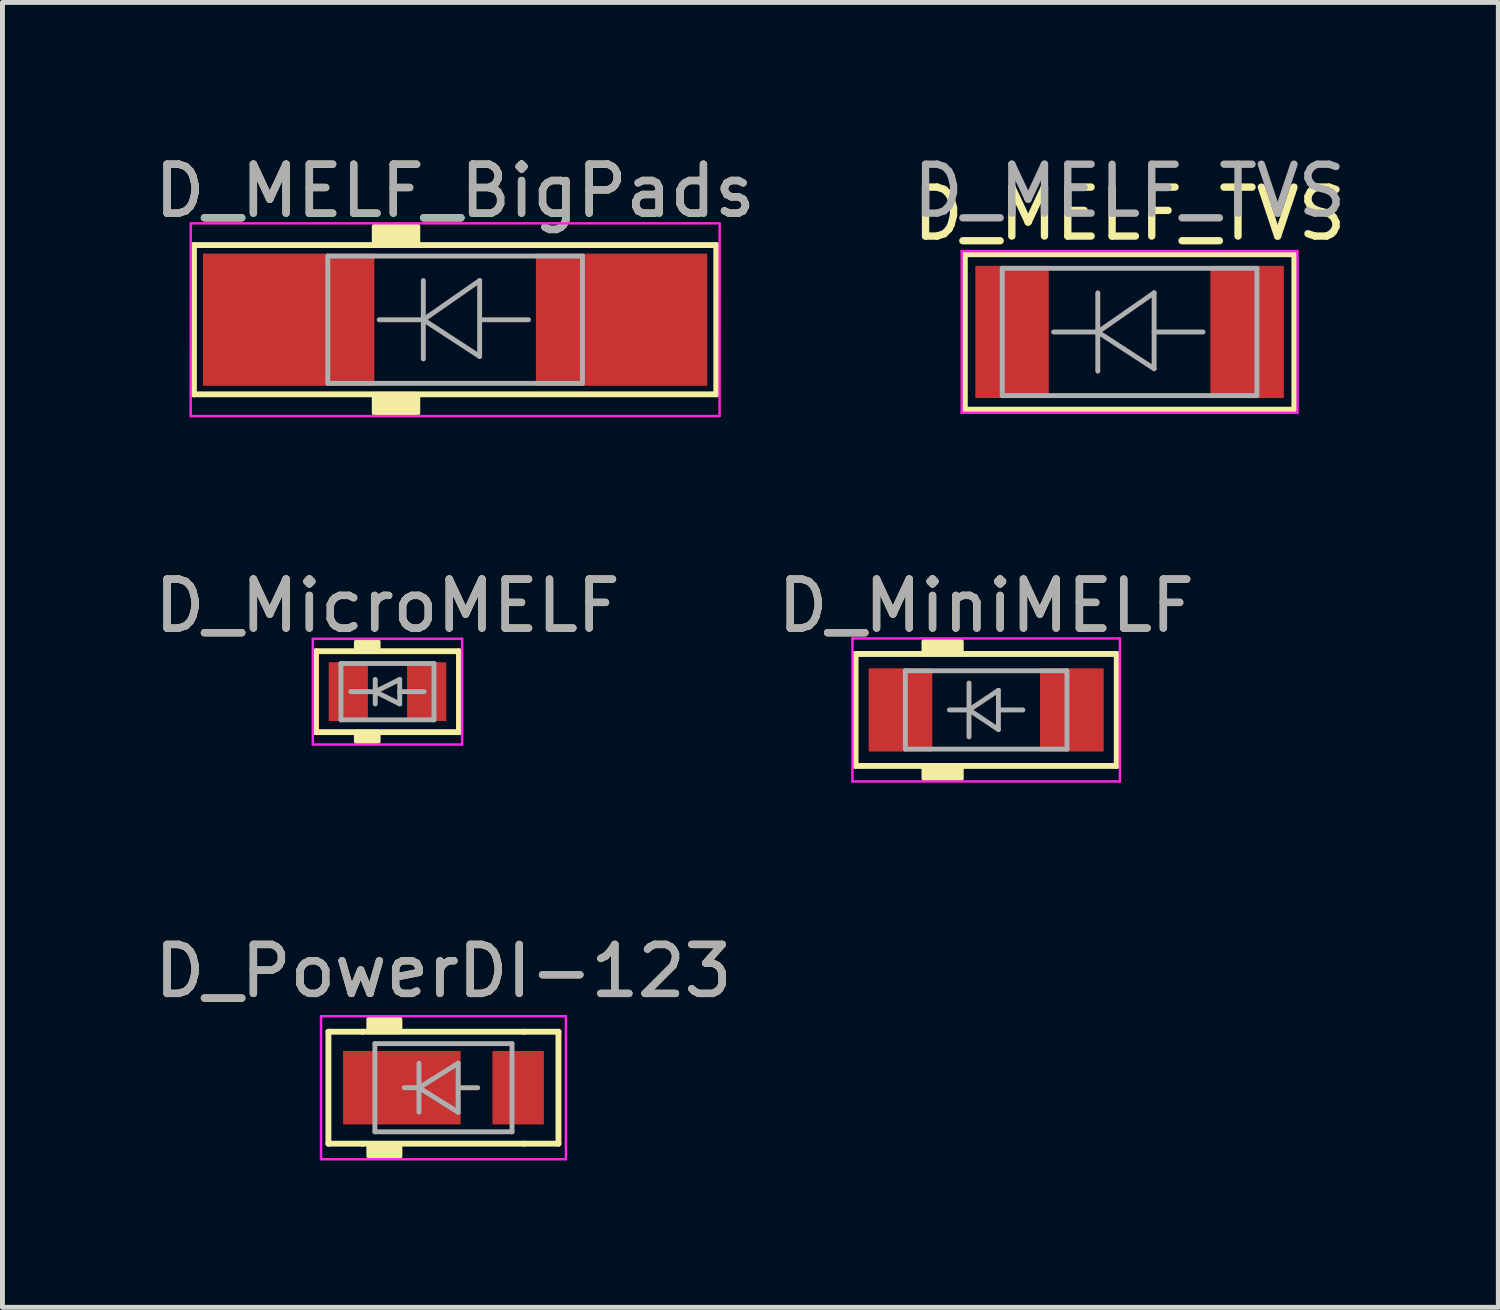
<source format=kicad_pcb>
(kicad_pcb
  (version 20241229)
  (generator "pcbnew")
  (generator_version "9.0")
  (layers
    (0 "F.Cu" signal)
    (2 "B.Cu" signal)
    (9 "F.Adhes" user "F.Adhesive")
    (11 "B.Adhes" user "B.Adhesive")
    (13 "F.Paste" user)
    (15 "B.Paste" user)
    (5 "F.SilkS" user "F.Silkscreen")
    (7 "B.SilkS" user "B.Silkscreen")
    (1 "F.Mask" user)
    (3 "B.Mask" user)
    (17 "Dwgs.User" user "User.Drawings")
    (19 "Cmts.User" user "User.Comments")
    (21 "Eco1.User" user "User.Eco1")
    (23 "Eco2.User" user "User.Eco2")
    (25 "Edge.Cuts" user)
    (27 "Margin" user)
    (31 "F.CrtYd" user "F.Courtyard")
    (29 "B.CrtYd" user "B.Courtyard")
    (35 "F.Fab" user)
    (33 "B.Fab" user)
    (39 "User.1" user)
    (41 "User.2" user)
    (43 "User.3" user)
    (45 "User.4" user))
  (footprint "D_PowerDI-123"
    (layer "F.Cu")
    (at 6.006 19.163)
    (property "Reference" "D_PowerDI-123" (at 0 -2.381 0) (layer "F.SilkS") (effects (font (size 1 1) (thickness 0.15))))
    (attr smd)
    (fp_line (start -2.349 -1.143) (end -2.349 1.143) (stroke (width 0.12) (type solid)) (layer "F.SilkS"))
    (fp_line (start -2.349 1.143) (end -1.651 1.143) (stroke (width 0.12) (type solid)) (layer "F.SilkS"))
    (fp_line (start -1.651 -1.143) (end -2.349 -1.143) (stroke (width 0.12) (type solid)) (layer "F.SilkS"))
    (fp_line (start -1.651 -1.143) (end 1.651 -1.143) (stroke (width 0.12) (type solid)) (layer "F.SilkS"))
    (fp_line (start -1.651 1.143) (end 1.651 1.143) (stroke (width 0.12) (type solid)) (layer "F.SilkS"))
    (fp_line (start 1.651 1.143) (end 2.349 1.143) (stroke (width 0.12) (type solid)) (layer "F.SilkS"))
    (fp_line (start 2.349 -1.143) (end 1.651 -1.143) (stroke (width 0.12) (type solid)) (layer "F.SilkS"))
    (fp_line (start 2.349 1.143) (end 2.349 -1.143) (stroke (width 0.12) (type solid)) (layer "F.SilkS"))
    (fp_poly (pts (xy -0.889 -1.143) (xy -1.524 -1.143) (xy -1.524 -1.397) (xy -0.889 -1.397)) (stroke (width 0.1) (type solid)) (fill yes) (layer "F.SilkS"))
    (fp_poly (pts (xy -0.889 1.397) (xy -1.524 1.397) (xy -1.524 1.143) (xy -0.889 1.143)) (stroke (width 0.1) (type solid)) (fill yes) (layer "F.SilkS"))
    (fp_line (start -2.5 -1.46) (end 2.5 -1.46) (stroke (width 0.05) (type solid)) (layer "F.CrtYd"))
    (fp_line (start -2.5 1.46) (end -2.5 -1.46) (stroke (width 0.05) (type solid)) (layer "F.CrtYd"))
    (fp_line (start 2.5 -1.46) (end 2.5 1.46) (stroke (width 0.05) (type solid)) (layer "F.CrtYd"))
    (fp_line (start 2.5 1.46) (end -2.5 1.46) (stroke (width 0.05) (type solid)) (layer "F.CrtYd"))
    (fp_line (start -1.4 -0.9) (end 1.4 -0.9) (stroke (width 0.1) (type solid)) (layer "F.Fab"))
    (fp_line (start -1.4 0.9) (end -1.4 -0.9) (stroke (width 0.1) (type solid)) (layer "F.Fab"))
    (fp_line (start -0.8 0) (end -0.5 0) (stroke (width 0.1) (type solid)) (layer "F.Fab"))
    (fp_line (start -0.5 0) (end -0.5 -0.5) (stroke (width 0.1) (type solid)) (layer "F.Fab"))
    (fp_line (start -0.5 0) (end -0.5 0.5) (stroke (width 0.1) (type solid)) (layer "F.Fab"))
    (fp_line (start -0.5 0) (end 0.3 0.5) (stroke (width 0.1) (type solid)) (layer "F.Fab"))
    (fp_line (start 0.3 -0.5) (end -0.5 0) (stroke (width 0.1) (type solid)) (layer "F.Fab"))
    (fp_line (start 0.3 0) (end 0.7 0) (stroke (width 0.1) (type solid)) (layer "F.Fab"))
    (fp_line (start 0.3 0.5) (end 0.3 -0.5) (stroke (width 0.1) (type solid)) (layer "F.Fab"))
    (fp_line (start 1.4 -0.9) (end 1.4 0.9) (stroke (width 0.1) (type solid)) (layer "F.Fab"))
    (fp_line (start 1.4 0.9) (end -1.4 0.9) (stroke (width 0.1) (type solid)) (layer "F.Fab"))
    (fp_text user "${REFERENCE}" (at 0 -2.381 0) (layer "F.Fab") (effects (font (size 1 1) (thickness 0.15))))
    (pad "1" smd rect (at -0.85 0 180) (size 2.4 1.5) (layers "F.Cu" "F.Mask" "F.Paste"))
    (pad "2" smd rect (at 1.525 0 180) (size 1.05 1.5) (layers "F.Cu" "F.Mask" "F.Paste")))
  (footprint "D_MELF_TVS"
    (layer "F.Cu")
    (at 20.018 3.729)
    (property "Reference" "D_MELF_TVS" (at 0 -2.413 0) (layer "F.SilkS") (effects (font (size 1 1) (thickness 0.15))))
    (attr smd)
    (fp_line (start -3.365 -1.587) (end 3.365 -1.587) (stroke (width 0.12) (type solid)) (layer "F.SilkS"))
    (fp_line (start -3.365 1.587) (end -3.365 -1.587) (stroke (width 0.12) (type solid)) (layer "F.SilkS"))
    (fp_line (start 3.365 -1.587) (end 3.365 1.587) (stroke (width 0.12) (type solid)) (layer "F.SilkS"))
    (fp_line (start 3.365 1.587) (end -3.365 1.587) (stroke (width 0.12) (type solid)) (layer "F.SilkS"))
    (fp_line (start -3.429 -1.651) (end 3.429 -1.651) (stroke (width 0.05) (type solid)) (layer "F.CrtYd"))
    (fp_line (start -3.429 1.651) (end -3.429 -1.651) (stroke (width 0.05) (type solid)) (layer "F.CrtYd"))
    (fp_line (start 3.429 -1.651) (end 3.429 1.651) (stroke (width 0.05) (type solid)) (layer "F.CrtYd"))
    (fp_line (start 3.429 1.651) (end -3.429 1.651) (stroke (width 0.05) (type solid)) (layer "F.CrtYd"))
    (fp_line (start -2.6 -1.3) (end -2.6 1.3) (stroke (width 0.1) (type solid)) (layer "F.Fab"))
    (fp_line (start -2.6 1.3) (end 2.6 1.3) (stroke (width 0.1) (type solid)) (layer "F.Fab"))
    (fp_line (start -0.649 -0.799) (end -0.649 0.801) (stroke (width 0.1) (type solid)) (layer "F.Fab"))
    (fp_line (start -0.649 0.001) (end -1.551 0.001) (stroke (width 0.1) (type solid)) (layer "F.Fab"))
    (fp_line (start -0.649 0.001) (end 0.501 -0.799) (stroke (width 0.1) (type solid)) (layer "F.Fab"))
    (fp_line (start -0.649 0.001) (end 0.501 0.75) (stroke (width 0.1) (type solid)) (layer "F.Fab"))
    (fp_line (start 0.501 0.001) (end 1.499 0.001) (stroke (width 0.1) (type solid)) (layer "F.Fab"))
    (fp_line (start 0.501 0.75) (end 0.501 -0.799) (stroke (width 0.1) (type solid)) (layer "F.Fab"))
    (fp_line (start 2.6 -1.3) (end -2.6 -1.3) (stroke (width 0.1) (type solid)) (layer "F.Fab"))
    (fp_line (start 2.6 1.3) (end 2.6 -1.3) (stroke (width 0.1) (type solid)) (layer "F.Fab"))
    (fp_text user "${REFERENCE}" (at 0 -2.881 0) (layer "F.Fab") (effects (font (size 1 1) (thickness 0.15))))
    (pad "1" smd rect (at -2.4 0) (size 1.5 2.7) (layers "F.Cu" "F.Mask" "F.Paste"))
    (pad "2" smd rect (at 2.4 0) (size 1.5 2.7) (layers "F.Cu" "F.Mask" "F.Paste")))
  (footprint "D_MELF_BigPads"
    (layer "F.Cu")
    (at 6.244 3.479)
    (property "Reference" "D_MELF_BigPads" (at 0 -2.631 0) (layer "F.SilkS") (effects (font (size 1 1) (thickness 0.15))))
    (attr smd)
    (fp_line (start -5.334 -1.524) (end -5.334 1.524) (stroke (width 0.12) (type solid)) (layer "F.SilkS"))
    (fp_line (start -5.334 1.524) (end 5.334 1.524) (stroke (width 0.12) (type solid)) (layer "F.SilkS"))
    (fp_line (start 5.334 -1.524) (end -5.334 -1.524) (stroke (width 0.12) (type solid)) (layer "F.SilkS"))
    (fp_line (start 5.334 1.524) (end 5.334 -1.524) (stroke (width 0.12) (type solid)) (layer "F.SilkS"))
    (fp_poly (pts (xy -0.762 -1.524) (xy -1.651 -1.524) (xy -1.651 -1.905) (xy -0.762 -1.905)) (stroke (width 0.1) (type solid)) (fill yes) (layer "F.SilkS"))
    (fp_poly (pts (xy -0.762 1.905) (xy -1.651 1.905) (xy -1.651 1.524) (xy -0.762 1.524)) (stroke (width 0.1) (type solid)) (fill yes) (layer "F.SilkS"))
    (fp_line (start -5.4 1.968) (end -5.397 -1.968) (stroke (width 0.05) (type solid)) (layer "F.CrtYd"))
    (fp_line (start -5.397 -1.968) (end 5.402 -1.968) (stroke (width 0.05) (type solid)) (layer "F.CrtYd"))
    (fp_line (start 5.4 1.968) (end -5.4 1.968) (stroke (width 0.05) (type solid)) (layer "F.CrtYd"))
    (fp_line (start 5.402 -1.968) (end 5.4 1.968) (stroke (width 0.05) (type solid)) (layer "F.CrtYd"))
    (fp_line (start -2.6 -1.3) (end -2.6 1.3) (stroke (width 0.1) (type solid)) (layer "F.Fab"))
    (fp_line (start -2.6 1.3) (end 2.6 1.3) (stroke (width 0.1) (type solid)) (layer "F.Fab"))
    (fp_line (start -0.649 -0.799) (end -0.649 0.801) (stroke (width 0.1) (type solid)) (layer "F.Fab"))
    (fp_line (start -0.649 0.001) (end -1.551 0.001) (stroke (width 0.1) (type solid)) (layer "F.Fab"))
    (fp_line (start -0.649 0.001) (end 0.501 -0.799) (stroke (width 0.1) (type solid)) (layer "F.Fab"))
    (fp_line (start -0.649 0.001) (end 0.501 0.75) (stroke (width 0.1) (type solid)) (layer "F.Fab"))
    (fp_line (start 0.501 0.001) (end 1.499 0.001) (stroke (width 0.1) (type solid)) (layer "F.Fab"))
    (fp_line (start 0.501 0.75) (end 0.501 -0.799) (stroke (width 0.1) (type solid)) (layer "F.Fab"))
    (fp_line (start 2.6 -1.3) (end -2.6 -1.3) (stroke (width 0.1) (type solid)) (layer "F.Fab"))
    (fp_line (start 2.6 1.3) (end 2.6 -1.3) (stroke (width 0.1) (type solid)) (layer "F.Fab"))
    (fp_text user "${REFERENCE}" (at 0 -2.631 0) (layer "F.Fab") (effects (font (size 1 1) (thickness 0.15))))
    (pad "1" smd rect (at -3.4 0) (size 3.5 2.7) (layers "F.Cu" "F.Mask" "F.Paste"))
    (pad "2" smd rect (at 3.4 0) (size 3.5 2.7) (layers "F.Cu" "F.Mask" "F.Paste")))
  (footprint "D_MiniMELF"
    (layer "F.Cu")
    (at 17.089 11.448)
    (property "Reference" "D_MiniMELF" (at 0 -2.127 0) (layer "F.SilkS") (effects (font (size 1 1) (thickness 0.15))))
    (attr smd)
    (fp_line (start -2.667 -1.143) (end -2.667 1.143) (stroke (width 0.12) (type solid)) (layer "F.SilkS"))
    (fp_line (start -2.667 1.143) (end 2.667 1.143) (stroke (width 0.12) (type solid)) (layer "F.SilkS"))
    (fp_line (start 2.667 -1.143) (end -2.667 -1.143) (stroke (width 0.12) (type solid)) (layer "F.SilkS"))
    (fp_line (start 2.667 1.143) (end 2.667 -1.143) (stroke (width 0.12) (type solid)) (layer "F.SilkS"))
    (fp_poly (pts (xy -0.508 -1.143) (xy -1.27 -1.143) (xy -1.27 -1.397) (xy -0.508 -1.397)) (stroke (width 0.1) (type solid)) (fill yes) (layer "F.SilkS"))
    (fp_poly (pts (xy -0.508 1.397) (xy -1.27 1.397) (xy -1.27 1.143) (xy -0.508 1.143)) (stroke (width 0.1) (type solid)) (fill yes) (layer "F.SilkS"))
    (fp_line (start -2.731 -1.46) (end 2.731 -1.46) (stroke (width 0.05) (type solid)) (layer "F.CrtYd"))
    (fp_line (start -2.731 1.46) (end -2.731 -1.46) (stroke (width 0.05) (type solid)) (layer "F.CrtYd"))
    (fp_line (start 2.731 -1.46) (end 2.731 1.46) (stroke (width 0.05) (type solid)) (layer "F.CrtYd"))
    (fp_line (start 2.731 1.46) (end -2.731 1.46) (stroke (width 0.05) (type solid)) (layer "F.CrtYd"))
    (fp_line (start -1.65 -0.8) (end 1.65 -0.8) (stroke (width 0.1) (type solid)) (layer "F.Fab"))
    (fp_line (start -1.65 0.8) (end -1.65 -0.8) (stroke (width 0.1) (type solid)) (layer "F.Fab"))
    (fp_line (start -0.75 0) (end -0.35 0) (stroke (width 0.1) (type solid)) (layer "F.Fab"))
    (fp_line (start -0.35 0) (end -0.35 -0.55) (stroke (width 0.1) (type solid)) (layer "F.Fab"))
    (fp_line (start -0.35 0) (end -0.35 0.55) (stroke (width 0.1) (type solid)) (layer "F.Fab"))
    (fp_line (start -0.35 0) (end 0.25 -0.4) (stroke (width 0.1) (type solid)) (layer "F.Fab"))
    (fp_line (start 0.25 -0.4) (end 0.25 0.4) (stroke (width 0.1) (type solid)) (layer "F.Fab"))
    (fp_line (start 0.25 0) (end 0.75 0) (stroke (width 0.1) (type solid)) (layer "F.Fab"))
    (fp_line (start 0.25 0.4) (end -0.35 0) (stroke (width 0.1) (type solid)) (layer "F.Fab"))
    (fp_line (start 1.65 -0.8) (end 1.65 0.8) (stroke (width 0.1) (type solid)) (layer "F.Fab"))
    (fp_line (start 1.65 0.8) (end -1.65 0.8) (stroke (width 0.1) (type solid)) (layer "F.Fab"))
    (fp_text user "${REFERENCE}" (at 0 -2.127 0) (layer "F.Fab") (effects (font (size 1 1) (thickness 0.15))))
    (pad "1" smd rect (at -1.75 0) (size 1.3 1.7) (layers "F.Cu" "F.Mask" "F.Paste"))
    (pad "2" smd rect (at 1.75 0) (size 1.3 1.7) (layers "F.Cu" "F.Mask" "F.Paste")))
  (footprint "D_MicroMELF"
    (layer "F.Cu")
    (at 4.863 11.075)
    (property "Reference" "D_MicroMELF" (at 0 -1.754 0) (layer "F.SilkS") (effects (font (size 1 1) (thickness 0.15))))
    (attr smd)
    (fp_line (start -1.46 -0.826) (end 1.46 -0.826) (stroke (width 0.12) (type solid)) (layer "F.SilkS"))
    (fp_line (start -1.46 0.826) (end -1.46 -0.826) (stroke (width 0.12) (type solid)) (layer "F.SilkS"))
    (fp_line (start 1.46 -0.826) (end 1.46 0.826) (stroke (width 0.12) (type solid)) (layer "F.SilkS"))
    (fp_line (start 1.46 0.826) (end -1.46 0.826) (stroke (width 0.12) (type solid)) (layer "F.SilkS"))
    (fp_poly (pts (xy -0.191 -0.826) (xy -0.635 -0.826) (xy -0.635 -1.016) (xy -0.191 -1.016)) (stroke (width 0.1) (type solid)) (fill yes) (layer "F.SilkS"))
    (fp_poly (pts (xy -0.191 1.016) (xy -0.635 1.016) (xy -0.635 0.826) (xy -0.191 0.826)) (stroke (width 0.1) (type solid)) (fill yes) (layer "F.SilkS"))
    (fp_line (start -1.524 -1.079) (end -1.524 1.079) (stroke (width 0.05) (type solid)) (layer "F.CrtYd"))
    (fp_line (start -1.524 -1.079) (end 1.524 -1.079) (stroke (width 0.05) (type solid)) (layer "F.CrtYd"))
    (fp_line (start 1.524 1.079) (end -1.524 1.079) (stroke (width 0.05) (type solid)) (layer "F.CrtYd"))
    (fp_line (start 1.524 1.079) (end 1.524 -1.079) (stroke (width 0.05) (type solid)) (layer "F.CrtYd"))
    (fp_line (start -0.95 -0.575) (end 0.95 -0.575) (stroke (width 0.1) (type solid)) (layer "F.Fab"))
    (fp_line (start -0.95 0.575) (end -0.95 -0.575) (stroke (width 0.1) (type solid)) (layer "F.Fab"))
    (fp_line (start -0.25 -0.25) (end -0.25 0.25) (stroke (width 0.1) (type solid)) (layer "F.Fab"))
    (fp_line (start -0.25 0) (end -0.75 0) (stroke (width 0.1) (type solid)) (layer "F.Fab"))
    (fp_line (start -0.25 0) (end 0.25 -0.25) (stroke (width 0.1) (type solid)) (layer "F.Fab"))
    (fp_line (start 0.25 -0.25) (end 0.25 0.25) (stroke (width 0.1) (type solid)) (layer "F.Fab"))
    (fp_line (start 0.25 0) (end 0.75 0) (stroke (width 0.1) (type solid)) (layer "F.Fab"))
    (fp_line (start 0.25 0.25) (end -0.25 0) (stroke (width 0.1) (type solid)) (layer "F.Fab"))
    (fp_line (start 0.95 -0.575) (end 0.95 0.575) (stroke (width 0.1) (type solid)) (layer "F.Fab"))
    (fp_line (start 0.95 0.575) (end -0.95 0.575) (stroke (width 0.1) (type solid)) (layer "F.Fab"))
    (fp_text user "${REFERENCE}" (at 0 -1.754 0) (layer "F.Fab") (effects (font (size 1 1) (thickness 0.15))))
    (pad "1" smd rect (at -0.8 0) (size 0.8 1.2) (layers "F.Cu" "F.Mask" "F.Paste"))
    (pad "2" smd rect (at 0.8 0) (size 0.8 1.2) (layers "F.Cu" "F.Mask" "F.Paste")))
  (gr_rect
    (start -3 -3)
    (end 27.548 23.648)
    (stroke (width 0.1) (type default))
    (fill no)
    (layer "Edge.Cuts")))
</source>
